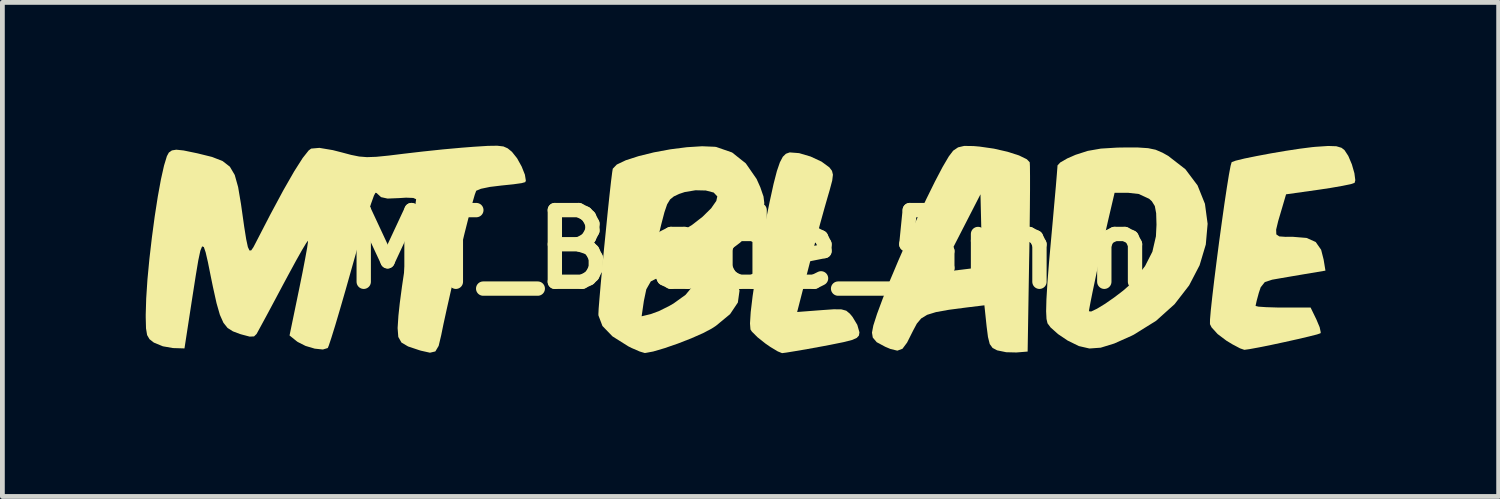
<source format=kicad_pcb>
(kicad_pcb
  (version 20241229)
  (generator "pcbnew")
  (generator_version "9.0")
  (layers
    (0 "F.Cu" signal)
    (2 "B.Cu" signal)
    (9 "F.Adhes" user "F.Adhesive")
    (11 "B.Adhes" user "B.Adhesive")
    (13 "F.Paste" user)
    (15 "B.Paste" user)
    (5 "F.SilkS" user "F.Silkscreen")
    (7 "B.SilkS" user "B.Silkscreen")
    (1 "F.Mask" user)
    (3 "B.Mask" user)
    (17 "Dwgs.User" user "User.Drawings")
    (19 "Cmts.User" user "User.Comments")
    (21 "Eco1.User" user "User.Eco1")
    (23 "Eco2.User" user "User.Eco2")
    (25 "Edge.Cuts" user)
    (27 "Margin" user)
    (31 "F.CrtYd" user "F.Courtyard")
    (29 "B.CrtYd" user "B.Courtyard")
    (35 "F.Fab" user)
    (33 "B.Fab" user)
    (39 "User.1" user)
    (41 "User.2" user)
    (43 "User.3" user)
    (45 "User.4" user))
  (footprint "MT_Blade_5mm"
    (layer "F.Cu")
    (at 12.634 2.169)
    (property "Reference" "MT_Blade_5mm" (at 0 0 0) (layer "F.SilkS") (effects (font (size 1.5 1.5) (thickness 0.3))))
    (attr board_only exclude_from_pos_files exclude_from_bom)
    (fp_poly (pts (xy 1.041 -2.014) (xy 1.281 -1.943) (xy 1.511 -1.836) (xy 1.674 -1.716) (xy 1.675 -1.715) (xy 1.729 -1.644) (xy 1.749 -1.563) (xy 1.734 -1.44) (xy 1.681 -1.241) (xy 1.642 -1.108) (xy 1.572 -0.864) (xy 1.48 -0.532) (xy 1.378 -0.15) (xy 1.275 0.242) (xy 1.249 0.343) (xy 1 1.311) (xy 1.508 1.272) (xy 1.766 1.254) (xy 1.927 1.256) (xy 2.028 1.284) (xy 2.103 1.346) (xy 2.16 1.415) (xy 2.259 1.58) (xy 2.303 1.734) (xy 2.303 1.741) (xy 2.293 1.804) (xy 2.248 1.853) (xy 2.148 1.897) (xy 1.97 1.942) (xy 1.693 1.998) (xy 1.53 2.029) (xy 1.222 2.085) (xy 0.96 2.13) (xy 0.771 2.161) (xy 0.684 2.172) (xy 0.593 2.135) (xy 0.44 2.043) (xy 0.336 1.971) (xy 0.17 1.839) (xy 0.053 1.722) (xy 0.023 1.677) (xy 0.013 1.551) (xy 0.028 1.313) (xy 0.068 0.979) (xy 0.13 0.565) (xy 0.212 0.088) (xy 0.31 -0.435) (xy 0.329 -0.528) (xy 0.427 -1.007) (xy 0.507 -1.372) (xy 0.576 -1.639) (xy 0.639 -1.822) (xy 0.7 -1.938) (xy 0.765 -2.001) (xy 0.84 -2.028) (xy 0.848 -2.029)) (stroke (width 0) (type solid)) (fill yes) (layer "F.SilkS"))
    (fp_poly (pts (xy 4.693 -2.162) (xy 4.819 -2.151) (xy 5.118 -2.108) (xy 5.402 -2.043) (xy 5.643 -1.966) (xy 5.808 -1.885) (xy 5.868 -1.822) (xy 5.872 -1.738) (xy 5.874 -1.54) (xy 5.874 -1.245) (xy 5.871 -0.87) (xy 5.866 -0.431) (xy 5.859 0.054) (xy 5.856 0.197) (xy 5.824 2.139) (xy 5.59 2.158) (xy 5.376 2.153) (xy 5.187 2.114) (xy 5.184 2.113) (xy 5.09 2.063) (xy 5.031 1.982) (xy 4.994 1.835) (xy 4.965 1.609) (xy 4.919 1.171) (xy 4.548 1.216) (xy 4.174 1.265) (xy 3.906 1.313) (xy 3.721 1.37) (xy 3.596 1.446) (xy 3.505 1.554) (xy 3.426 1.702) (xy 3.419 1.716) (xy 3.301 1.951) (xy 3.204 2.081) (xy 3.097 2.12) (xy 2.953 2.085) (xy 2.844 2.039) (xy 2.665 1.943) (xy 2.583 1.846) (xy 2.566 1.743) (xy 2.594 1.595) (xy 2.673 1.349) (xy 2.793 1.026) (xy 2.945 0.645) (xy 3.017 0.475) (xy 4.002 0.475) (xy 4.419 0.428) (xy 4.637 0.401) (xy 4.795 0.377) (xy 4.855 0.363) (xy 4.861 0.295) (xy 4.863 0.122) (xy 4.861 -0.129) (xy 4.855 -0.403) (xy 4.837 -1.152) (xy 4.419 -0.338) (xy 4.002 0.475) (xy 3.017 0.475) (xy 3.121 0.228) (xy 3.312 -0.207) (xy 3.508 -0.64) (xy 3.702 -1.05) (xy 3.883 -1.417) (xy 4.043 -1.722) (xy 4.174 -1.945) (xy 4.265 -2.065) (xy 4.266 -2.066) (xy 4.368 -2.135) (xy 4.496 -2.165)) (stroke (width 0) (type solid)) (fill yes) (layer "F.SilkS"))
    (fp_poly (pts (xy 8.134 -2.132) (xy 8.345 -2.118) (xy 8.503 -2.085) (xy 8.647 -2.023) (xy 8.766 -1.956) (xy 9.125 -1.678) (xy 9.38 -1.339) (xy 9.535 -0.953) (xy 9.591 -0.535) (xy 9.553 -0.102) (xy 9.423 0.333) (xy 9.204 0.754) (xy 8.9 1.147) (xy 8.513 1.495) (xy 8.047 1.785) (xy 7.995 1.811) (xy 7.636 1.971) (xy 7.353 2.058) (xy 7.117 2.075) (xy 6.896 2.024) (xy 6.66 1.908) (xy 6.46 1.773) (xy 6.304 1.634) (xy 6.24 1.548) (xy 6.219 1.457) (xy 6.211 1.296) (xy 6.211 1.295) (xy 7.107 1.295) (xy 7.153 1.301) (xy 7.275 1.243) (xy 7.446 1.139) (xy 7.637 1.006) (xy 7.823 0.864) (xy 7.976 0.73) (xy 8.028 0.675) (xy 8.281 0.351) (xy 8.435 0.049) (xy 8.509 -0.273) (xy 8.521 -0.516) (xy 8.514 -0.756) (xy 8.486 -0.906) (xy 8.424 -1.006) (xy 8.366 -1.059) (xy 8.148 -1.159) (xy 7.927 -1.184) (xy 7.644 -1.184) (xy 7.509 -0.608) (xy 7.451 -0.354) (xy 7.383 -0.051) (xy 7.313 0.275) (xy 7.245 0.596) (xy 7.184 0.886) (xy 7.138 1.116) (xy 7.111 1.261) (xy 7.107 1.295) (xy 6.211 1.295) (xy 6.217 1.053) (xy 6.237 0.716) (xy 6.272 0.27) (xy 6.309 -0.143) (xy 6.349 -0.582) (xy 6.384 -0.978) (xy 6.414 -1.312) (xy 6.435 -1.566) (xy 6.447 -1.72) (xy 6.449 -1.756) (xy 6.506 -1.818) (xy 6.653 -1.903) (xy 6.827 -1.979) (xy 7.082 -2.061) (xy 7.357 -2.109) (xy 7.699 -2.13) (xy 7.831 -2.132)) (stroke (width 0) (type solid)) (fill yes) (layer "F.SilkS"))
    (fp_poly (pts (xy 12.286 -2.158) (xy 12.393 -2.126) (xy 12.455 -2.078) (xy 12.535 -1.956) (xy 12.61 -1.779) (xy 12.663 -1.594) (xy 12.682 -1.447) (xy 12.667 -1.392) (xy 12.588 -1.365) (xy 12.407 -1.328) (xy 12.154 -1.284) (xy 11.929 -1.25) (xy 11.233 -1.152) (xy 11.152 -0.876) (xy 11.068 -0.592) (xy 11.025 -0.413) (xy 11.029 -0.313) (xy 11.091 -0.271) (xy 11.218 -0.262) (xy 11.372 -0.263) (xy 11.663 -0.239) (xy 11.853 -0.154) (xy 11.967 0.009) (xy 12.019 0.214) (xy 12.057 0.445) (xy 11.605 0.521) (xy 11.34 0.566) (xy 11.095 0.608) (xy 10.941 0.635) (xy 10.788 0.685) (xy 10.702 0.793) (xy 10.662 0.912) (xy 10.618 1.075) (xy 10.596 1.176) (xy 10.595 1.184) (xy 10.655 1.199) (xy 10.818 1.21) (xy 11.052 1.217) (xy 11.17 1.217) (xy 11.746 1.217) (xy 11.868 1.468) (xy 11.936 1.63) (xy 11.959 1.738) (xy 11.953 1.756) (xy 11.88 1.781) (xy 11.71 1.824) (xy 11.472 1.88) (xy 11.198 1.941) (xy 10.919 2.001) (xy 10.665 2.052) (xy 10.468 2.088) (xy 10.36 2.103) (xy 10.27 2.072) (xy 10.111 1.988) (xy 9.984 1.911) (xy 9.8 1.772) (xy 9.673 1.632) (xy 9.64 1.565) (xy 9.641 1.471) (xy 9.658 1.271) (xy 9.689 0.986) (xy 9.73 0.638) (xy 9.779 0.249) (xy 9.832 -0.159) (xy 9.888 -0.567) (xy 9.942 -0.951) (xy 9.993 -1.29) (xy 10.037 -1.563) (xy 10.072 -1.749) (xy 10.094 -1.825) (xy 10.177 -1.856) (xy 10.361 -1.901) (xy 10.617 -1.953) (xy 10.915 -2.009) (xy 11.227 -2.062) (xy 11.523 -2.107) (xy 11.774 -2.139) (xy 11.848 -2.146) (xy 12.115 -2.164)) (stroke (width 0) (type solid)) (fill yes) (layer "F.SilkS"))
    (fp_poly (pts (xy -0.724 -2.147) (xy -0.694 -2.143) (xy -0.362 -2.028) (xy -0.075 -1.8) (xy 0.151 -1.474) (xy 0.229 -1.3) (xy 0.296 -1.105) (xy 0.313 -0.966) (xy 0.28 -0.819) (xy 0.232 -0.687) (xy 0.072 -0.404) (xy -0.193 -0.141) (xy -0.21 -0.128) (xy -0.392 0.008) (xy -0.538 0.101) (xy -0.61 0.132) (xy -0.618 0.172) (xy -0.548 0.274) (xy -0.514 0.313) (xy -0.297 0.598) (xy -0.206 0.863) (xy -0.241 1.113) (xy -0.404 1.356) (xy -0.697 1.598) (xy -0.785 1.656) (xy -0.966 1.752) (xy -1.215 1.862) (xy -1.497 1.972) (xy -1.775 2.068) (xy -2.013 2.138) (xy -2.174 2.168) (xy -2.191 2.169) (xy -2.295 2.138) (xy -2.461 2.066) (xy -2.533 2.03) (xy -2.865 1.821) (xy -3.075 1.604) (xy -3.152 1.401) (xy -2.255 1.401) (xy -2.065 1.355) (xy -1.895 1.293) (xy -1.683 1.188) (xy -1.586 1.132) (xy -1.336 0.952) (xy -1.209 0.799) (xy -1.204 0.68) (xy -1.322 0.6) (xy -1.561 0.565) (xy -1.651 0.564) (xy -1.903 0.589) (xy -2.063 0.671) (xy -2.157 0.836) (xy -2.208 1.079) (xy -2.255 1.401) (xy -3.152 1.401) (xy -3.159 1.382) (xy -3.16 1.353) (xy -3.154 1.235) (xy -3.136 1.014) (xy -3.11 0.713) (xy -3.077 0.357) (xy -3.04 -0.031) (xy -3.017 -0.257) (xy -1.895 -0.257) (xy -1.855 -0.207) (xy -1.744 -0.226) (xy -1.542 -0.315) (xy -1.448 -0.362) (xy -1.204 -0.508) (xy -0.981 -0.681) (xy -0.801 -0.858) (xy -0.692 -1.014) (xy -0.671 -1.108) (xy -0.747 -1.189) (xy -0.912 -1.232) (xy -1.127 -1.237) (xy -1.354 -1.199) (xy -1.47 -1.16) (xy -1.581 -1.108) (xy -1.659 -1.045) (xy -1.721 -0.943) (xy -1.778 -0.776) (xy -1.845 -0.519) (xy -1.879 -0.378) (xy -1.895 -0.257) (xy -3.017 -0.257) (xy -3 -0.427) (xy -2.962 -0.807) (xy -2.926 -1.147) (xy -2.895 -1.424) (xy -2.871 -1.614) (xy -2.859 -1.688) (xy -2.775 -1.775) (xy -2.586 -1.865) (xy -2.319 -1.951) (xy -1.999 -2.03) (xy -1.653 -2.094) (xy -1.308 -2.138) (xy -0.989 -2.158)) (stroke (width 0) (type solid)) (fill yes) (layer "F.SilkS"))
    (fp_poly (pts (xy -5.148 -2.154) (xy -5.059 -2.115) (xy -4.978 -2.049) (xy -4.968 -2.04) (xy -4.862 -1.907) (xy -4.766 -1.734) (xy -4.698 -1.563) (xy -4.678 -1.438) (xy -4.691 -1.407) (xy -4.767 -1.386) (xy -4.939 -1.362) (xy -5.171 -1.338) (xy -5.191 -1.336) (xy -5.43 -1.307) (xy -5.618 -1.268) (xy -5.716 -1.227) (xy -5.718 -1.224) (xy -5.748 -1.143) (xy -5.802 -0.954) (xy -5.874 -0.679) (xy -5.96 -0.34) (xy -6.053 0.042) (xy -6.15 0.447) (xy -6.244 0.853) (xy -6.331 1.238) (xy -6.406 1.581) (xy -6.449 1.793) (xy -6.503 2.02) (xy -6.572 2.136) (xy -6.685 2.163) (xy -6.873 2.121) (xy -6.913 2.109) (xy -7.143 2.032) (xy -7.281 1.951) (xy -7.348 1.833) (xy -7.362 1.647) (xy -7.345 1.386) (xy -7.317 1.126) (xy -7.271 0.78) (xy -7.213 0.389) (xy -7.148 -0.003) (xy -7.139 -0.056) (xy -7.081 -0.394) (xy -7.031 -0.685) (xy -6.995 -0.906) (xy -6.977 -1.032) (xy -6.975 -1.05) (xy -7.034 -1.076) (xy -7.186 -1.082) (xy -7.328 -1.073) (xy -7.573 -1.063) (xy -7.709 -1.093) (xy -7.727 -1.11) (xy -7.804 -1.18) (xy -7.826 -1.184) (xy -7.858 -1.124) (xy -7.919 -0.953) (xy -8.004 -0.689) (xy -8.108 -0.35) (xy -8.225 0.05) (xy -8.327 0.411) (xy -8.451 0.85) (xy -8.566 1.247) (xy -8.666 1.585) (xy -8.747 1.846) (xy -8.802 2.012) (xy -8.824 2.065) (xy -8.926 2.096) (xy -9.097 2.078) (xy -9.289 2.021) (xy -9.455 1.937) (xy -9.479 1.919) (xy -9.624 1.802) (xy -9.421 0.821) (xy -9.352 0.481) (xy -9.296 0.189) (xy -9.256 -0.032) (xy -9.238 -0.159) (xy -9.239 -0.18) (xy -9.275 -0.132) (xy -9.362 0.013) (xy -9.488 0.237) (xy -9.643 0.522) (xy -9.759 0.738) (xy -9.932 1.063) (xy -10.086 1.351) (xy -10.21 1.58) (xy -10.291 1.729) (xy -10.314 1.771) (xy -10.367 1.822) (xy -10.459 1.826) (xy -10.629 1.781) (xy -10.663 1.771) (xy -10.809 1.716) (xy -10.921 1.645) (xy -11.008 1.536) (xy -11.082 1.37) (xy -11.152 1.126) (xy -11.228 0.783) (xy -11.275 0.554) (xy -11.333 0.265) (xy -11.38 0.062) (xy -11.418 -0.049) (xy -11.454 -0.062) (xy -11.491 0.029) (xy -11.534 0.231) (xy -11.587 0.549) (xy -11.656 0.99) (xy -11.671 1.086) (xy -11.823 2.073) (xy -12.062 2.066) (xy -12.275 2.029) (xy -12.462 1.952) (xy -12.467 1.949) (xy -12.555 1.88) (xy -12.605 1.794) (xy -12.628 1.654) (xy -12.634 1.426) (xy -12.634 1.364) (xy -12.624 1.027) (xy -12.598 0.631) (xy -12.557 0.199) (xy -12.505 -0.248) (xy -12.446 -0.689) (xy -12.382 -1.101) (xy -12.316 -1.463) (xy -12.251 -1.753) (xy -12.191 -1.951) (xy -12.15 -2.026) (xy -12.086 -2.071) (xy -11.994 -2.086) (xy -11.842 -2.07) (xy -11.6 -2.02) (xy -11.552 -2.01) (xy -11.245 -1.934) (xy -11.025 -1.848) (xy -10.873 -1.73) (xy -10.771 -1.557) (xy -10.7 -1.303) (xy -10.64 -0.947) (xy -10.627 -0.855) (xy -10.573 -0.474) (xy -10.531 -0.21) (xy -10.496 -0.048) (xy -10.462 0.024) (xy -10.426 0.021) (xy -10.381 -0.044) (xy -10.352 -0.099) (xy -10.028 -0.726) (xy -9.753 -1.238) (xy -9.526 -1.634) (xy -9.349 -1.912) (xy -9.223 -2.071) (xy -9.171 -2.109) (xy -8.999 -2.124) (xy -8.719 -2.077) (xy -8.542 -2.032) (xy -8.335 -1.977) (xy -8.167 -1.943) (xy -8.003 -1.93) (xy -7.808 -1.937) (xy -7.547 -1.963) (xy -7.238 -2.001) (xy -6.842 -2.047) (xy -6.416 -2.092) (xy -6.018 -2.128) (xy -5.772 -2.147) (xy -5.474 -2.166) (xy -5.276 -2.169)) (stroke (width 0) (type solid)) (fill yes) (layer "F.SilkS")))
  (gr_rect
    (start -3 -3)
    (end 28.316 7.341)
    (stroke (width 0.1) (type default))
    (fill no)
    (layer "Edge.Cuts")))
</source>
